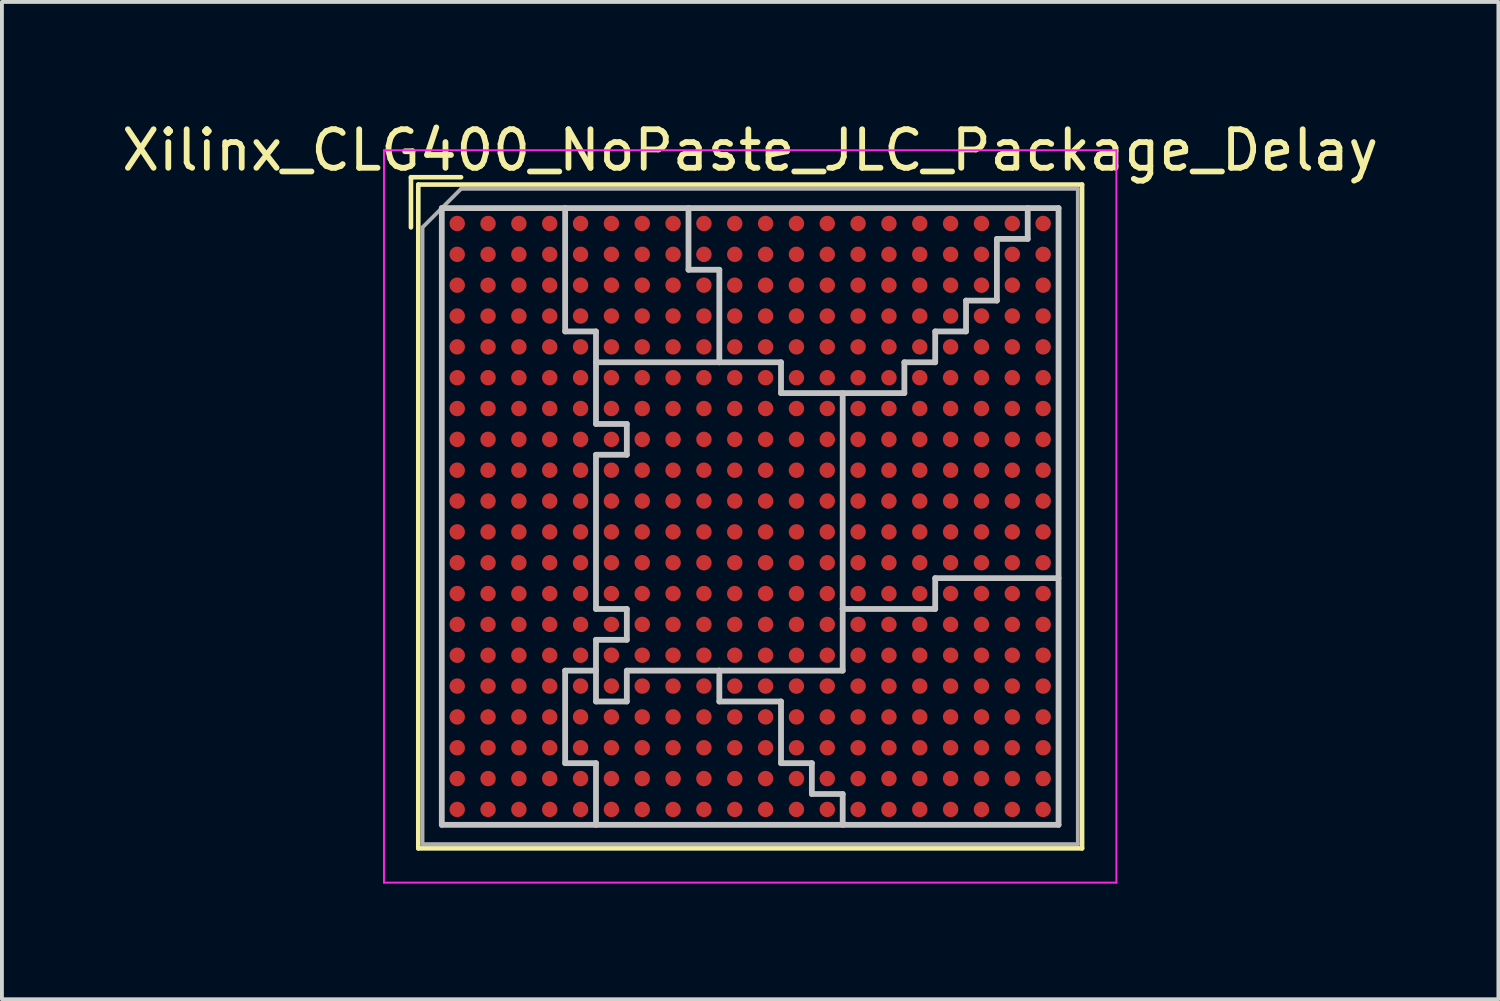
<source format=kicad_pcb>
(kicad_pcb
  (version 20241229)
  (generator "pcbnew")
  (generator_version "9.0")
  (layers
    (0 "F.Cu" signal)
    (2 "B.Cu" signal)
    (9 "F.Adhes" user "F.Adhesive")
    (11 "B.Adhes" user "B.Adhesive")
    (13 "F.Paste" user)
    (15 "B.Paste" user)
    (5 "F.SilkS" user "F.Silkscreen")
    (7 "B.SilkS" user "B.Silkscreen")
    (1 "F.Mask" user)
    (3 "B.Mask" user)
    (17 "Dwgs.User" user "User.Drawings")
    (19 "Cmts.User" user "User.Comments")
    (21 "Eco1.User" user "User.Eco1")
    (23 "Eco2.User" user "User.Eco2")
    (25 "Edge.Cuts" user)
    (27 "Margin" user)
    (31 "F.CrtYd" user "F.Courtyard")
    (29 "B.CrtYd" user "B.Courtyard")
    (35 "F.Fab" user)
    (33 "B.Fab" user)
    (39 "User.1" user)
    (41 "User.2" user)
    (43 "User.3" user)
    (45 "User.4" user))
  (footprint "Xilinx_CLG400_NoPaste_JLC_Package_Delay"
    (layer "F.Cu")
    (at 16.411 10.348)
    (property "Reference" "Xilinx_CLG400_NoPaste_JLC_Package_Delay" (at 0 -9.5 0) (layer "F.SilkS") (effects (font (size 1 1) (thickness 0.15))))
    (attr smd)
    (fp_line (start -8.8 -8.8) (end -8.8 -7.5) (stroke (width 0.12) (type solid)) (layer "F.SilkS"))
    (fp_line (start -8.61 -8.61) (end 8.61 -8.61) (stroke (width 0.12) (type solid)) (layer "F.SilkS"))
    (fp_line (start -8.61 8.61) (end -8.61 -8.61) (stroke (width 0.12) (type solid)) (layer "F.SilkS"))
    (fp_line (start -7.5 -8.8) (end -8.8 -8.8) (stroke (width 0.12) (type solid)) (layer "F.SilkS"))
    (fp_line (start 8.61 -8.61) (end 8.61 8.61) (stroke (width 0.12) (type solid)) (layer "F.SilkS"))
    (fp_line (start 8.61 8.61) (end -8.61 8.61) (stroke (width 0.12) (type solid)) (layer "F.SilkS"))
    (fp_line (start -8 -8) (end -8 8) (stroke (width 0.15) (type solid)) (layer "Dwgs.User"))
    (fp_line (start -8 8) (end 8 8) (stroke (width 0.15) (type solid)) (layer "Dwgs.User"))
    (fp_line (start -4.8 -8) (end -4.8 -4.8) (stroke (width 0.15) (type solid)) (layer "Dwgs.User"))
    (fp_line (start -4.8 -4.8) (end -4 -4.8) (stroke (width 0.15) (type solid)) (layer "Dwgs.User"))
    (fp_line (start -4.8 4) (end -4.8 6.4) (stroke (width 0.15) (type solid)) (layer "Dwgs.User"))
    (fp_line (start -4.8 6.4) (end -4 6.4) (stroke (width 0.15) (type solid)) (layer "Dwgs.User"))
    (fp_line (start -4 -4.8) (end -4 -2.4) (stroke (width 0.15) (type solid)) (layer "Dwgs.User"))
    (fp_line (start -4 -4) (end -0.8 -4) (stroke (width 0.15) (type solid)) (layer "Dwgs.User"))
    (fp_line (start -4 -2.4) (end -3.2 -2.4) (stroke (width 0.15) (type solid)) (layer "Dwgs.User"))
    (fp_line (start -4 -1.6) (end -4 2.4) (stroke (width 0.15) (type solid)) (layer "Dwgs.User"))
    (fp_line (start -4 2.4) (end -3.2 2.4) (stroke (width 0.15) (type solid)) (layer "Dwgs.User"))
    (fp_line (start -4 3.2) (end -4 4) (stroke (width 0.15) (type solid)) (layer "Dwgs.User"))
    (fp_line (start -4 4) (end -4.8 4) (stroke (width 0.15) (type solid)) (layer "Dwgs.User"))
    (fp_line (start -4 4.8) (end -4 4) (stroke (width 0.15) (type solid)) (layer "Dwgs.User"))
    (fp_line (start -4 6.4) (end -4 8) (stroke (width 0.15) (type solid)) (layer "Dwgs.User"))
    (fp_line (start -3.2 -2.4) (end -3.2 -1.6) (stroke (width 0.15) (type solid)) (layer "Dwgs.User"))
    (fp_line (start -3.2 -1.6) (end -4 -1.6) (stroke (width 0.15) (type solid)) (layer "Dwgs.User"))
    (fp_line (start -3.2 2.4) (end -3.2 3.2) (stroke (width 0.15) (type solid)) (layer "Dwgs.User"))
    (fp_line (start -3.2 3.2) (end -4 3.2) (stroke (width 0.15) (type solid)) (layer "Dwgs.User"))
    (fp_line (start -3.2 4) (end -3.2 4.8) (stroke (width 0.15) (type solid)) (layer "Dwgs.User"))
    (fp_line (start -3.2 4.8) (end -4 4.8) (stroke (width 0.15) (type solid)) (layer "Dwgs.User"))
    (fp_line (start -1.6 -6.4) (end -1.6 -8) (stroke (width 0.15) (type solid)) (layer "Dwgs.User"))
    (fp_line (start -0.8 -6.4) (end -1.6 -6.4) (stroke (width 0.15) (type solid)) (layer "Dwgs.User"))
    (fp_line (start -0.8 -4) (end -0.8 -6.4) (stroke (width 0.15) (type solid)) (layer "Dwgs.User"))
    (fp_line (start -0.8 -4) (end 0.8 -4) (stroke (width 0.15) (type solid)) (layer "Dwgs.User"))
    (fp_line (start -0.8 4) (end -3.2 4) (stroke (width 0.15) (type solid)) (layer "Dwgs.User"))
    (fp_line (start -0.8 4) (end -0.8 4.8) (stroke (width 0.15) (type solid)) (layer "Dwgs.User"))
    (fp_line (start -0.8 4.8) (end 0.8 4.8) (stroke (width 0.15) (type solid)) (layer "Dwgs.User"))
    (fp_line (start 0.8 -4) (end 0.8 -3.2) (stroke (width 0.15) (type solid)) (layer "Dwgs.User"))
    (fp_line (start 0.8 -3.2) (end 4 -3.2) (stroke (width 0.15) (type solid)) (layer "Dwgs.User"))
    (fp_line (start 0.8 4.8) (end 0.8 6.4) (stroke (width 0.15) (type solid)) (layer "Dwgs.User"))
    (fp_line (start 0.8 6.4) (end 1.6 6.4) (stroke (width 0.15) (type solid)) (layer "Dwgs.User"))
    (fp_line (start 1.6 6.4) (end 1.6 7.2) (stroke (width 0.15) (type solid)) (layer "Dwgs.User"))
    (fp_line (start 1.6 7.2) (end 2.4 7.2) (stroke (width 0.15) (type solid)) (layer "Dwgs.User"))
    (fp_line (start 2.4 -3.2) (end 2.4 2.4) (stroke (width 0.15) (type solid)) (layer "Dwgs.User"))
    (fp_line (start 2.4 2.4) (end 2.4 4) (stroke (width 0.15) (type solid)) (layer "Dwgs.User"))
    (fp_line (start 2.4 2.4) (end 4.8 2.4) (stroke (width 0.15) (type solid)) (layer "Dwgs.User"))
    (fp_line (start 2.4 4) (end -0.8 4) (stroke (width 0.15) (type solid)) (layer "Dwgs.User"))
    (fp_line (start 2.4 7.2) (end 2.4 8) (stroke (width 0.15) (type solid)) (layer "Dwgs.User"))
    (fp_line (start 4 -4) (end 4.8 -4) (stroke (width 0.15) (type solid)) (layer "Dwgs.User"))
    (fp_line (start 4 -3.2) (end 4 -4) (stroke (width 0.15) (type solid)) (layer "Dwgs.User"))
    (fp_line (start 4.8 -4.8) (end 5.6 -4.8) (stroke (width 0.15) (type solid)) (layer "Dwgs.User"))
    (fp_line (start 4.8 -4) (end 4.8 -4.8) (stroke (width 0.15) (type solid)) (layer "Dwgs.User"))
    (fp_line (start 4.8 1.6) (end 8 1.6) (stroke (width 0.15) (type solid)) (layer "Dwgs.User"))
    (fp_line (start 4.8 2.4) (end 4.8 1.6) (stroke (width 0.15) (type solid)) (layer "Dwgs.User"))
    (fp_line (start 5.6 -5.6) (end 6.4 -5.6) (stroke (width 0.15) (type solid)) (layer "Dwgs.User"))
    (fp_line (start 5.6 -4.8) (end 5.6 -5.6) (stroke (width 0.15) (type solid)) (layer "Dwgs.User"))
    (fp_line (start 6.4 -7.2) (end 7.2 -7.2) (stroke (width 0.15) (type solid)) (layer "Dwgs.User"))
    (fp_line (start 6.4 -5.6) (end 6.4 -7.2) (stroke (width 0.15) (type solid)) (layer "Dwgs.User"))
    (fp_line (start 7.2 -7.2) (end 7.2 -8) (stroke (width 0.15) (type solid)) (layer "Dwgs.User"))
    (fp_line (start 8 -8) (end -8 -8) (stroke (width 0.15) (type solid)) (layer "Dwgs.User"))
    (fp_line (start 8 8) (end 8 -8) (stroke (width 0.15) (type solid)) (layer "Dwgs.User"))
    (fp_line (start -9.5 -9.5) (end -9.5 9.5) (stroke (width 0.05) (type solid)) (layer "F.CrtYd"))
    (fp_line (start -9.5 9.5) (end 9.5 9.5) (stroke (width 0.05) (type solid)) (layer "F.CrtYd"))
    (fp_line (start 9.5 -9.5) (end -9.5 -9.5) (stroke (width 0.05) (type solid)) (layer "F.CrtYd"))
    (fp_line (start 9.5 9.5) (end 9.5 -9.5) (stroke (width 0.05) (type solid)) (layer "F.CrtYd"))
    (fp_line (start -8.5 -7.5) (end -7.5 -8.5) (stroke (width 0.1) (type solid)) (layer "F.Fab"))
    (fp_line (start -8.5 8.5) (end -8.5 -7.5) (stroke (width 0.1) (type solid)) (layer "F.Fab"))
    (fp_line (start -7.5 -8.5) (end 8.5 -8.5) (stroke (width 0.1) (type solid)) (layer "F.Fab"))
    (fp_line (start 8.5 -8.5) (end 8.5 8.5) (stroke (width 0.1) (type solid)) (layer "F.Fab"))
    (fp_line (start 8.5 8.5) (end -8.5 8.5) (stroke (width 0.1) (type solid)) (layer "F.Fab"))
    (pad "A1" smd circle (at -7.6 -7.6) (size 0.4 0.4) (layers "F.Cu" "F.Mask"))
    (pad "A2" smd circle (at -6.8 -7.6) (size 0.4 0.4) (layers "F.Cu" "F.Mask"))
    (pad "A3" smd circle (at -6 -7.6) (size 0.4 0.4) (layers "F.Cu" "F.Mask"))
    (pad "A4" smd circle (at -5.2 -7.6) (size 0.4 0.4) (layers "F.Cu" "F.Mask"))
    (pad "A5" smd circle (at -4.4 -7.6) (size 0.4 0.4) (layers "F.Cu" "F.Mask"))
    (pad "A6" smd circle (at -3.6 -7.6) (size 0.4 0.4) (layers "F.Cu" "F.Mask"))
    (pad "A7" smd circle (at -2.8 -7.6) (size 0.4 0.4) (layers "F.Cu" "F.Mask"))
    (pad "A8" smd circle (at -2 -7.6) (size 0.4 0.4) (layers "F.Cu" "F.Mask"))
    (pad "A9" smd circle (at -1.2 -7.6) (size 0.4 0.4) (layers "F.Cu" "F.Mask"))
    (pad "A10" smd circle (at -0.4 -7.6) (size 0.4 0.4) (layers "F.Cu" "F.Mask"))
    (pad "A11" smd circle (at 0.4 -7.6) (size 0.4 0.4) (layers "F.Cu" "F.Mask"))
    (pad "A12" smd circle (at 1.2 -7.6) (size 0.4 0.4) (layers "F.Cu" "F.Mask"))
    (pad "A13" smd circle (at 2 -7.6) (size 0.4 0.4) (layers "F.Cu" "F.Mask"))
    (pad "A14" smd circle (at 2.8 -7.6) (size 0.4 0.4) (layers "F.Cu" "F.Mask"))
    (pad "A15" smd circle (at 3.6 -7.6) (size 0.4 0.4) (layers "F.Cu" "F.Mask"))
    (pad "A16" smd circle (at 4.4 -7.6) (size 0.4 0.4) (layers "F.Cu" "F.Mask"))
    (pad "A17" smd circle (at 5.2 -7.6) (size 0.4 0.4) (layers "F.Cu" "F.Mask"))
    (pad "A18" smd circle (at 6 -7.6) (size 0.4 0.4) (layers "F.Cu" "F.Mask"))
    (pad "A19" smd circle (at 6.8 -7.6) (size 0.4 0.4) (layers "F.Cu" "F.Mask"))
    (pad "A20" smd circle (at 7.6 -7.6) (size 0.4 0.4) (layers "F.Cu" "F.Mask"))
    (pad "B1" smd circle (at -7.6 -6.8) (size 0.4 0.4) (layers "F.Cu" "F.Mask"))
    (pad "B2" smd circle (at -6.8 -6.8) (size 0.4 0.4) (layers "F.Cu" "F.Mask"))
    (pad "B3" smd circle (at -6 -6.8) (size 0.4 0.4) (layers "F.Cu" "F.Mask"))
    (pad "B4" smd circle (at -5.2 -6.8) (size 0.4 0.4) (layers "F.Cu" "F.Mask"))
    (pad "B5" smd circle (at -4.4 -6.8) (size 0.4 0.4) (layers "F.Cu" "F.Mask"))
    (pad "B6" smd circle (at -3.6 -6.8) (size 0.4 0.4) (layers "F.Cu" "F.Mask"))
    (pad "B7" smd circle (at -2.8 -6.8) (size 0.4 0.4) (layers "F.Cu" "F.Mask"))
    (pad "B8" smd circle (at -2 -6.8) (size 0.4 0.4) (layers "F.Cu" "F.Mask"))
    (pad "B9" smd circle (at -1.2 -6.8) (size 0.4 0.4) (layers "F.Cu" "F.Mask"))
    (pad "B10" smd circle (at -0.4 -6.8) (size 0.4 0.4) (layers "F.Cu" "F.Mask"))
    (pad "B11" smd circle (at 0.4 -6.8) (size 0.4 0.4) (layers "F.Cu" "F.Mask"))
    (pad "B12" smd circle (at 1.2 -6.8) (size 0.4 0.4) (layers "F.Cu" "F.Mask"))
    (pad "B13" smd circle (at 2 -6.8) (size 0.4 0.4) (layers "F.Cu" "F.Mask"))
    (pad "B14" smd circle (at 2.8 -6.8) (size 0.4 0.4) (layers "F.Cu" "F.Mask"))
    (pad "B15" smd circle (at 3.6 -6.8) (size 0.4 0.4) (layers "F.Cu" "F.Mask"))
    (pad "B16" smd circle (at 4.4 -6.8) (size 0.4 0.4) (layers "F.Cu" "F.Mask"))
    (pad "B17" smd circle (at 5.2 -6.8) (size 0.4 0.4) (layers "F.Cu" "F.Mask"))
    (pad "B18" smd circle (at 6 -6.8) (size 0.4 0.4) (layers "F.Cu" "F.Mask"))
    (pad "B19" smd circle (at 6.8 -6.8) (size 0.4 0.4) (layers "F.Cu" "F.Mask"))
    (pad "B20" smd circle (at 7.6 -6.8) (size 0.4 0.4) (layers "F.Cu" "F.Mask"))
    (pad "C1" smd circle (at -7.6 -6) (size 0.4 0.4) (layers "F.Cu" "F.Mask"))
    (pad "C2" smd circle (at -6.8 -6) (size 0.4 0.4) (layers "F.Cu" "F.Mask"))
    (pad "C3" smd circle (at -6 -6) (size 0.4 0.4) (layers "F.Cu" "F.Mask"))
    (pad "C4" smd circle (at -5.2 -6) (size 0.4 0.4) (layers "F.Cu" "F.Mask"))
    (pad "C5" smd circle (at -4.4 -6) (size 0.4 0.4) (layers "F.Cu" "F.Mask"))
    (pad "C6" smd circle (at -3.6 -6) (size 0.4 0.4) (layers "F.Cu" "F.Mask"))
    (pad "C7" smd circle (at -2.8 -6) (size 0.4 0.4) (layers "F.Cu" "F.Mask"))
    (pad "C8" smd circle (at -2 -6) (size 0.4 0.4) (layers "F.Cu" "F.Mask"))
    (pad "C9" smd circle (at -1.2 -6) (size 0.4 0.4) (layers "F.Cu" "F.Mask"))
    (pad "C10" smd circle (at -0.4 -6) (size 0.4 0.4) (layers "F.Cu" "F.Mask"))
    (pad "C11" smd circle (at 0.4 -6) (size 0.4 0.4) (layers "F.Cu" "F.Mask"))
    (pad "C12" smd circle (at 1.2 -6) (size 0.4 0.4) (layers "F.Cu" "F.Mask"))
    (pad "C13" smd circle (at 2 -6) (size 0.4 0.4) (layers "F.Cu" "F.Mask"))
    (pad "C14" smd circle (at 2.8 -6) (size 0.4 0.4) (layers "F.Cu" "F.Mask"))
    (pad "C15" smd circle (at 3.6 -6) (size 0.4 0.4) (layers "F.Cu" "F.Mask"))
    (pad "C16" smd circle (at 4.4 -6) (size 0.4 0.4) (layers "F.Cu" "F.Mask"))
    (pad "C17" smd circle (at 5.2 -6) (size 0.4 0.4) (layers "F.Cu" "F.Mask"))
    (pad "C18" smd circle (at 6 -6) (size 0.4 0.4) (layers "F.Cu" "F.Mask"))
    (pad "C19" smd circle (at 6.8 -6) (size 0.4 0.4) (layers "F.Cu" "F.Mask"))
    (pad "C20" smd circle (at 7.6 -6) (size 0.4 0.4) (layers "F.Cu" "F.Mask"))
    (pad "D1" smd circle (at -7.6 -5.2) (size 0.4 0.4) (layers "F.Cu" "F.Mask"))
    (pad "D2" smd circle (at -6.8 -5.2) (size 0.4 0.4) (layers "F.Cu" "F.Mask"))
    (pad "D3" smd circle (at -6 -5.2) (size 0.4 0.4) (layers "F.Cu" "F.Mask"))
    (pad "D4" smd circle (at -5.2 -5.2) (size 0.4 0.4) (layers "F.Cu" "F.Mask"))
    (pad "D5" smd circle (at -4.4 -5.2) (size 0.4 0.4) (layers "F.Cu" "F.Mask"))
    (pad "D6" smd circle (at -3.6 -5.2) (size 0.4 0.4) (layers "F.Cu" "F.Mask"))
    (pad "D7" smd circle (at -2.8 -5.2) (size 0.4 0.4) (layers "F.Cu" "F.Mask"))
    (pad "D8" smd circle (at -2 -5.2) (size 0.4 0.4) (layers "F.Cu" "F.Mask"))
    (pad "D9" smd circle (at -1.2 -5.2) (size 0.4 0.4) (layers "F.Cu" "F.Mask"))
    (pad "D10" smd circle (at -0.4 -5.2) (size 0.4 0.4) (layers "F.Cu" "F.Mask"))
    (pad "D11" smd circle (at 0.4 -5.2) (size 0.4 0.4) (layers "F.Cu" "F.Mask"))
    (pad "D12" smd circle (at 1.2 -5.2) (size 0.4 0.4) (layers "F.Cu" "F.Mask"))
    (pad "D13" smd circle (at 2 -5.2) (size 0.4 0.4) (layers "F.Cu" "F.Mask"))
    (pad "D14" smd circle (at 2.8 -5.2) (size 0.4 0.4) (layers "F.Cu" "F.Mask"))
    (pad "D15" smd circle (at 3.6 -5.2) (size 0.4 0.4) (layers "F.Cu" "F.Mask"))
    (pad "D16" smd circle (at 4.4 -5.2) (size 0.4 0.4) (layers "F.Cu" "F.Mask"))
    (pad "D17" smd circle (at 5.2 -5.2) (size 0.4 0.4) (layers "F.Cu" "F.Mask"))
    (pad "D18" smd circle (at 6 -5.2) (size 0.4 0.4) (layers "F.Cu" "F.Mask"))
    (pad "D19" smd circle (at 6.8 -5.2) (size 0.4 0.4) (layers "F.Cu" "F.Mask"))
    (pad "D20" smd circle (at 7.6 -5.2) (size 0.4 0.4) (layers "F.Cu" "F.Mask"))
    (pad "E1" smd circle (at -7.6 -4.4) (size 0.4 0.4) (layers "F.Cu" "F.Mask"))
    (pad "E2" smd circle (at -6.8 -4.4) (size 0.4 0.4) (layers "F.Cu" "F.Mask"))
    (pad "E3" smd circle (at -6 -4.4) (size 0.4 0.4) (layers "F.Cu" "F.Mask"))
    (pad "E4" smd circle (at -5.2 -4.4) (size 0.4 0.4) (layers "F.Cu" "F.Mask"))
    (pad "E5" smd circle (at -4.4 -4.4) (size 0.4 0.4) (layers "F.Cu" "F.Mask"))
    (pad "E6" smd circle (at -3.6 -4.4) (size 0.4 0.4) (layers "F.Cu" "F.Mask"))
    (pad "E7" smd circle (at -2.8 -4.4) (size 0.4 0.4) (layers "F.Cu" "F.Mask"))
    (pad "E8" smd circle (at -2 -4.4) (size 0.4 0.4) (layers "F.Cu" "F.Mask"))
    (pad "E9" smd circle (at -1.2 -4.4) (size 0.4 0.4) (layers "F.Cu" "F.Mask"))
    (pad "E10" smd circle (at -0.4 -4.4) (size 0.4 0.4) (layers "F.Cu" "F.Mask"))
    (pad "E11" smd circle (at 0.4 -4.4) (size 0.4 0.4) (layers "F.Cu" "F.Mask"))
    (pad "E12" smd circle (at 1.2 -4.4) (size 0.4 0.4) (layers "F.Cu" "F.Mask"))
    (pad "E13" smd circle (at 2 -4.4) (size 0.4 0.4) (layers "F.Cu" "F.Mask"))
    (pad "E14" smd circle (at 2.8 -4.4) (size 0.4 0.4) (layers "F.Cu" "F.Mask"))
    (pad "E15" smd circle (at 3.6 -4.4) (size 0.4 0.4) (layers "F.Cu" "F.Mask"))
    (pad "E16" smd circle (at 4.4 -4.4) (size 0.4 0.4) (layers "F.Cu" "F.Mask"))
    (pad "E17" smd circle (at 5.2 -4.4) (size 0.4 0.4) (layers "F.Cu" "F.Mask"))
    (pad "E18" smd circle (at 6 -4.4) (size 0.4 0.4) (layers "F.Cu" "F.Mask"))
    (pad "E19" smd circle (at 6.8 -4.4) (size 0.4 0.4) (layers "F.Cu" "F.Mask"))
    (pad "E20" smd circle (at 7.6 -4.4) (size 0.4 0.4) (layers "F.Cu" "F.Mask"))
    (pad "F1" smd circle (at -7.6 -3.6) (size 0.4 0.4) (layers "F.Cu" "F.Mask"))
    (pad "F2" smd circle (at -6.8 -3.6) (size 0.4 0.4) (layers "F.Cu" "F.Mask"))
    (pad "F3" smd circle (at -6 -3.6) (size 0.4 0.4) (layers "F.Cu" "F.Mask"))
    (pad "F4" smd circle (at -5.2 -3.6) (size 0.4 0.4) (layers "F.Cu" "F.Mask"))
    (pad "F5" smd circle (at -4.4 -3.6) (size 0.4 0.4) (layers "F.Cu" "F.Mask"))
    (pad "F6" smd circle (at -3.6 -3.6) (size 0.4 0.4) (layers "F.Cu" "F.Mask"))
    (pad "F7" smd circle (at -2.8 -3.6) (size 0.4 0.4) (layers "F.Cu" "F.Mask"))
    (pad "F8" smd circle (at -2 -3.6) (size 0.4 0.4) (layers "F.Cu" "F.Mask"))
    (pad "F9" smd circle (at -1.2 -3.6) (size 0.4 0.4) (layers "F.Cu" "F.Mask"))
    (pad "F10" smd circle (at -0.4 -3.6) (size 0.4 0.4) (layers "F.Cu" "F.Mask"))
    (pad "F11" smd circle (at 0.4 -3.6) (size 0.4 0.4) (layers "F.Cu" "F.Mask"))
    (pad "F12" smd circle (at 1.2 -3.6) (size 0.4 0.4) (layers "F.Cu" "F.Mask"))
    (pad "F13" smd circle (at 2 -3.6) (size 0.4 0.4) (layers "F.Cu" "F.Mask"))
    (pad "F14" smd circle (at 2.8 -3.6) (size 0.4 0.4) (layers "F.Cu" "F.Mask"))
    (pad "F15" smd circle (at 3.6 -3.6) (size 0.4 0.4) (layers "F.Cu" "F.Mask"))
    (pad "F16" smd circle (at 4.4 -3.6) (size 0.4 0.4) (layers "F.Cu" "F.Mask"))
    (pad "F17" smd circle (at 5.2 -3.6) (size 0.4 0.4) (layers "F.Cu" "F.Mask"))
    (pad "F18" smd circle (at 6 -3.6) (size 0.4 0.4) (layers "F.Cu" "F.Mask"))
    (pad "F19" smd circle (at 6.8 -3.6) (size 0.4 0.4) (layers "F.Cu" "F.Mask"))
    (pad "F20" smd circle (at 7.6 -3.6) (size 0.4 0.4) (layers "F.Cu" "F.Mask"))
    (pad "G1" smd circle (at -7.6 -2.8) (size 0.4 0.4) (layers "F.Cu" "F.Mask"))
    (pad "G2" smd circle (at -6.8 -2.8) (size 0.4 0.4) (layers "F.Cu" "F.Mask"))
    (pad "G3" smd circle (at -6 -2.8) (size 0.4 0.4) (layers "F.Cu" "F.Mask"))
    (pad "G4" smd circle (at -5.2 -2.8) (size 0.4 0.4) (layers "F.Cu" "F.Mask"))
    (pad "G5" smd circle (at -4.4 -2.8) (size 0.4 0.4) (layers "F.Cu" "F.Mask"))
    (pad "G6" smd circle (at -3.6 -2.8) (size 0.4 0.4) (layers "F.Cu" "F.Mask"))
    (pad "G7" smd circle (at -2.8 -2.8) (size 0.4 0.4) (layers "F.Cu" "F.Mask"))
    (pad "G8" smd circle (at -2 -2.8) (size 0.4 0.4) (layers "F.Cu" "F.Mask"))
    (pad "G9" smd circle (at -1.2 -2.8) (size 0.4 0.4) (layers "F.Cu" "F.Mask"))
    (pad "G10" smd circle (at -0.4 -2.8) (size 0.4 0.4) (layers "F.Cu" "F.Mask"))
    (pad "G11" smd circle (at 0.4 -2.8) (size 0.4 0.4) (layers "F.Cu" "F.Mask"))
    (pad "G12" smd circle (at 1.2 -2.8) (size 0.4 0.4) (layers "F.Cu" "F.Mask"))
    (pad "G13" smd circle (at 2 -2.8) (size 0.4 0.4) (layers "F.Cu" "F.Mask"))
    (pad "G14" smd circle (at 2.8 -2.8) (size 0.4 0.4) (layers "F.Cu" "F.Mask"))
    (pad "G15" smd circle (at 3.6 -2.8) (size 0.4 0.4) (layers "F.Cu" "F.Mask"))
    (pad "G16" smd circle (at 4.4 -2.8) (size 0.4 0.4) (layers "F.Cu" "F.Mask"))
    (pad "G17" smd circle (at 5.2 -2.8) (size 0.4 0.4) (layers "F.Cu" "F.Mask"))
    (pad "G18" smd circle (at 6 -2.8) (size 0.4 0.4) (layers "F.Cu" "F.Mask"))
    (pad "G19" smd circle (at 6.8 -2.8) (size 0.4 0.4) (layers "F.Cu" "F.Mask"))
    (pad "G20" smd circle (at 7.6 -2.8) (size 0.4 0.4) (layers "F.Cu" "F.Mask"))
    (pad "H1" smd circle (at -7.6 -2) (size 0.4 0.4) (layers "F.Cu" "F.Mask"))
    (pad "H2" smd circle (at -6.8 -2) (size 0.4 0.4) (layers "F.Cu" "F.Mask"))
    (pad "H3" smd circle (at -6 -2) (size 0.4 0.4) (layers "F.Cu" "F.Mask"))
    (pad "H4" smd circle (at -5.2 -2) (size 0.4 0.4) (layers "F.Cu" "F.Mask"))
    (pad "H5" smd circle (at -4.4 -2) (size 0.4 0.4) (layers "F.Cu" "F.Mask"))
    (pad "H6" smd circle (at -3.6 -2) (size 0.4 0.4) (layers "F.Cu" "F.Mask"))
    (pad "H7" smd circle (at -2.8 -2) (size 0.4 0.4) (layers "F.Cu" "F.Mask"))
    (pad "H8" smd circle (at -2 -2) (size 0.4 0.4) (layers "F.Cu" "F.Mask"))
    (pad "H9" smd circle (at -1.2 -2) (size 0.4 0.4) (layers "F.Cu" "F.Mask"))
    (pad "H10" smd circle (at -0.4 -2) (size 0.4 0.4) (layers "F.Cu" "F.Mask"))
    (pad "H11" smd circle (at 0.4 -2) (size 0.4 0.4) (layers "F.Cu" "F.Mask"))
    (pad "H12" smd circle (at 1.2 -2) (size 0.4 0.4) (layers "F.Cu" "F.Mask"))
    (pad "H13" smd circle (at 2 -2) (size 0.4 0.4) (layers "F.Cu" "F.Mask"))
    (pad "H14" smd circle (at 2.8 -2) (size 0.4 0.4) (layers "F.Cu" "F.Mask"))
    (pad "H15" smd circle (at 3.6 -2) (size 0.4 0.4) (layers "F.Cu" "F.Mask"))
    (pad "H16" smd circle (at 4.4 -2) (size 0.4 0.4) (layers "F.Cu" "F.Mask"))
    (pad "H17" smd circle (at 5.2 -2) (size 0.4 0.4) (layers "F.Cu" "F.Mask"))
    (pad "H18" smd circle (at 6 -2) (size 0.4 0.4) (layers "F.Cu" "F.Mask"))
    (pad "H19" smd circle (at 6.8 -2) (size 0.4 0.4) (layers "F.Cu" "F.Mask"))
    (pad "H20" smd circle (at 7.6 -2) (size 0.4 0.4) (layers "F.Cu" "F.Mask"))
    (pad "J1" smd circle (at -7.6 -1.2) (size 0.4 0.4) (layers "F.Cu" "F.Mask"))
    (pad "J2" smd circle (at -6.8 -1.2) (size 0.4 0.4) (layers "F.Cu" "F.Mask"))
    (pad "J3" smd circle (at -6 -1.2) (size 0.4 0.4) (layers "F.Cu" "F.Mask"))
    (pad "J4" smd circle (at -5.2 -1.2) (size 0.4 0.4) (layers "F.Cu" "F.Mask"))
    (pad "J5" smd circle (at -4.4 -1.2) (size 0.4 0.4) (layers "F.Cu" "F.Mask"))
    (pad "J6" smd circle (at -3.6 -1.2) (size 0.4 0.4) (layers "F.Cu" "F.Mask"))
    (pad "J7" smd circle (at -2.8 -1.2) (size 0.4 0.4) (layers "F.Cu" "F.Mask"))
    (pad "J8" smd circle (at -2 -1.2) (size 0.4 0.4) (layers "F.Cu" "F.Mask"))
    (pad "J9" smd circle (at -1.2 -1.2) (size 0.4 0.4) (layers "F.Cu" "F.Mask"))
    (pad "J10" smd circle (at -0.4 -1.2) (size 0.4 0.4) (layers "F.Cu" "F.Mask"))
    (pad "J11" smd circle (at 0.4 -1.2) (size 0.4 0.4) (layers "F.Cu" "F.Mask"))
    (pad "J12" smd circle (at 1.2 -1.2) (size 0.4 0.4) (layers "F.Cu" "F.Mask"))
    (pad "J13" smd circle (at 2 -1.2) (size 0.4 0.4) (layers "F.Cu" "F.Mask"))
    (pad "J14" smd circle (at 2.8 -1.2) (size 0.4 0.4) (layers "F.Cu" "F.Mask"))
    (pad "J15" smd circle (at 3.6 -1.2) (size 0.4 0.4) (layers "F.Cu" "F.Mask"))
    (pad "J16" smd circle (at 4.4 -1.2) (size 0.4 0.4) (layers "F.Cu" "F.Mask"))
    (pad "J17" smd circle (at 5.2 -1.2) (size 0.4 0.4) (layers "F.Cu" "F.Mask"))
    (pad "J18" smd circle (at 6 -1.2) (size 0.4 0.4) (layers "F.Cu" "F.Mask"))
    (pad "J19" smd circle (at 6.8 -1.2) (size 0.4 0.4) (layers "F.Cu" "F.Mask"))
    (pad "J20" smd circle (at 7.6 -1.2) (size 0.4 0.4) (layers "F.Cu" "F.Mask"))
    (pad "K1" smd circle (at -7.6 -0.4) (size 0.4 0.4) (layers "F.Cu" "F.Mask"))
    (pad "K2" smd circle (at -6.8 -0.4) (size 0.4 0.4) (layers "F.Cu" "F.Mask"))
    (pad "K3" smd circle (at -6 -0.4) (size 0.4 0.4) (layers "F.Cu" "F.Mask"))
    (pad "K4" smd circle (at -5.2 -0.4) (size 0.4 0.4) (layers "F.Cu" "F.Mask"))
    (pad "K5" smd circle (at -4.4 -0.4) (size 0.4 0.4) (layers "F.Cu" "F.Mask"))
    (pad "K6" smd circle (at -3.6 -0.4) (size 0.4 0.4) (layers "F.Cu" "F.Mask"))
    (pad "K7" smd circle (at -2.8 -0.4) (size 0.4 0.4) (layers "F.Cu" "F.Mask"))
    (pad "K8" smd circle (at -2 -0.4) (size 0.4 0.4) (layers "F.Cu" "F.Mask"))
    (pad "K9" smd circle (at -1.2 -0.4) (size 0.4 0.4) (layers "F.Cu" "F.Mask"))
    (pad "K10" smd circle (at -0.4 -0.4) (size 0.4 0.4) (layers "F.Cu" "F.Mask"))
    (pad "K11" smd circle (at 0.4 -0.4) (size 0.4 0.4) (layers "F.Cu" "F.Mask"))
    (pad "K12" smd circle (at 1.2 -0.4) (size 0.4 0.4) (layers "F.Cu" "F.Mask"))
    (pad "K13" smd circle (at 2 -0.4) (size 0.4 0.4) (layers "F.Cu" "F.Mask"))
    (pad "K14" smd circle (at 2.8 -0.4) (size 0.4 0.4) (layers "F.Cu" "F.Mask"))
    (pad "K15" smd circle (at 3.6 -0.4) (size 0.4 0.4) (layers "F.Cu" "F.Mask"))
    (pad "K16" smd circle (at 4.4 -0.4) (size 0.4 0.4) (layers "F.Cu" "F.Mask"))
    (pad "K17" smd circle (at 5.2 -0.4) (size 0.4 0.4) (layers "F.Cu" "F.Mask"))
    (pad "K18" smd circle (at 6 -0.4) (size 0.4 0.4) (layers "F.Cu" "F.Mask"))
    (pad "K19" smd circle (at 6.8 -0.4) (size 0.4 0.4) (layers "F.Cu" "F.Mask"))
    (pad "K20" smd circle (at 7.6 -0.4) (size 0.4 0.4) (layers "F.Cu" "F.Mask"))
    (pad "L1" smd circle (at -7.6 0.4) (size 0.4 0.4) (layers "F.Cu" "F.Mask"))
    (pad "L2" smd circle (at -6.8 0.4) (size 0.4 0.4) (layers "F.Cu" "F.Mask"))
    (pad "L3" smd circle (at -6 0.4) (size 0.4 0.4) (layers "F.Cu" "F.Mask"))
    (pad "L4" smd circle (at -5.2 0.4) (size 0.4 0.4) (layers "F.Cu" "F.Mask"))
    (pad "L5" smd circle (at -4.4 0.4) (size 0.4 0.4) (layers "F.Cu" "F.Mask"))
    (pad "L6" smd circle (at -3.6 0.4) (size 0.4 0.4) (layers "F.Cu" "F.Mask"))
    (pad "L7" smd circle (at -2.8 0.4) (size 0.4 0.4) (layers "F.Cu" "F.Mask"))
    (pad "L8" smd circle (at -2 0.4) (size 0.4 0.4) (layers "F.Cu" "F.Mask"))
    (pad "L9" smd circle (at -1.2 0.4) (size 0.4 0.4) (layers "F.Cu" "F.Mask"))
    (pad "L10" smd circle (at -0.4 0.4) (size 0.4 0.4) (layers "F.Cu" "F.Mask"))
    (pad "L11" smd circle (at 0.4 0.4) (size 0.4 0.4) (layers "F.Cu" "F.Mask"))
    (pad "L12" smd circle (at 1.2 0.4) (size 0.4 0.4) (layers "F.Cu" "F.Mask"))
    (pad "L13" smd circle (at 2 0.4) (size 0.4 0.4) (layers "F.Cu" "F.Mask"))
    (pad "L14" smd circle (at 2.8 0.4) (size 0.4 0.4) (layers "F.Cu" "F.Mask"))
    (pad "L15" smd circle (at 3.6 0.4) (size 0.4 0.4) (layers "F.Cu" "F.Mask"))
    (pad "L16" smd circle (at 4.4 0.4) (size 0.4 0.4) (layers "F.Cu" "F.Mask"))
    (pad "L17" smd circle (at 5.2 0.4) (size 0.4 0.4) (layers "F.Cu" "F.Mask"))
    (pad "L18" smd circle (at 6 0.4) (size 0.4 0.4) (layers "F.Cu" "F.Mask"))
    (pad "L19" smd circle (at 6.8 0.4) (size 0.4 0.4) (layers "F.Cu" "F.Mask"))
    (pad "L20" smd circle (at 7.6 0.4) (size 0.4 0.4) (layers "F.Cu" "F.Mask"))
    (pad "M1" smd circle (at -7.6 1.2) (size 0.4 0.4) (layers "F.Cu" "F.Mask"))
    (pad "M2" smd circle (at -6.8 1.2) (size 0.4 0.4) (layers "F.Cu" "F.Mask"))
    (pad "M3" smd circle (at -6 1.2) (size 0.4 0.4) (layers "F.Cu" "F.Mask"))
    (pad "M4" smd circle (at -5.2 1.2) (size 0.4 0.4) (layers "F.Cu" "F.Mask"))
    (pad "M5" smd circle (at -4.4 1.2) (size 0.4 0.4) (layers "F.Cu" "F.Mask"))
    (pad "M6" smd circle (at -3.6 1.2) (size 0.4 0.4) (layers "F.Cu" "F.Mask"))
    (pad "M7" smd circle (at -2.8 1.2) (size 0.4 0.4) (layers "F.Cu" "F.Mask"))
    (pad "M8" smd circle (at -2 1.2) (size 0.4 0.4) (layers "F.Cu" "F.Mask"))
    (pad "M9" smd circle (at -1.2 1.2) (size 0.4 0.4) (layers "F.Cu" "F.Mask"))
    (pad "M10" smd circle (at -0.4 1.2) (size 0.4 0.4) (layers "F.Cu" "F.Mask"))
    (pad "M11" smd circle (at 0.4 1.2) (size 0.4 0.4) (layers "F.Cu" "F.Mask"))
    (pad "M12" smd circle (at 1.2 1.2) (size 0.4 0.4) (layers "F.Cu" "F.Mask"))
    (pad "M13" smd circle (at 2 1.2) (size 0.4 0.4) (layers "F.Cu" "F.Mask"))
    (pad "M14" smd circle (at 2.8 1.2) (size 0.4 0.4) (layers "F.Cu" "F.Mask"))
    (pad "M15" smd circle (at 3.6 1.2) (size 0.4 0.4) (layers "F.Cu" "F.Mask"))
    (pad "M16" smd circle (at 4.4 1.2) (size 0.4 0.4) (layers "F.Cu" "F.Mask"))
    (pad "M17" smd circle (at 5.2 1.2) (size 0.4 0.4) (layers "F.Cu" "F.Mask"))
    (pad "M18" smd circle (at 6 1.2) (size 0.4 0.4) (layers "F.Cu" "F.Mask"))
    (pad "M19" smd circle (at 6.8 1.2) (size 0.4 0.4) (layers "F.Cu" "F.Mask"))
    (pad "M20" smd circle (at 7.6 1.2) (size 0.4 0.4) (layers "F.Cu" "F.Mask"))
    (pad "N1" smd circle (at -7.6 2) (size 0.4 0.4) (layers "F.Cu" "F.Mask"))
    (pad "N2" smd circle (at -6.8 2) (size 0.4 0.4) (layers "F.Cu" "F.Mask"))
    (pad "N3" smd circle (at -6 2) (size 0.4 0.4) (layers "F.Cu" "F.Mask"))
    (pad "N4" smd circle (at -5.2 2) (size 0.4 0.4) (layers "F.Cu" "F.Mask"))
    (pad "N5" smd circle (at -4.4 2) (size 0.4 0.4) (layers "F.Cu" "F.Mask"))
    (pad "N6" smd circle (at -3.6 2) (size 0.4 0.4) (layers "F.Cu" "F.Mask"))
    (pad "N7" smd circle (at -2.8 2) (size 0.4 0.4) (layers "F.Cu" "F.Mask"))
    (pad "N8" smd circle (at -2 2) (size 0.4 0.4) (layers "F.Cu" "F.Mask"))
    (pad "N9" smd circle (at -1.2 2) (size 0.4 0.4) (layers "F.Cu" "F.Mask"))
    (pad "N10" smd circle (at -0.4 2) (size 0.4 0.4) (layers "F.Cu" "F.Mask"))
    (pad "N11" smd circle (at 0.4 2) (size 0.4 0.4) (layers "F.Cu" "F.Mask"))
    (pad "N12" smd circle (at 1.2 2) (size 0.4 0.4) (layers "F.Cu" "F.Mask"))
    (pad "N13" smd circle (at 2 2) (size 0.4 0.4) (layers "F.Cu" "F.Mask"))
    (pad "N14" smd circle (at 2.8 2) (size 0.4 0.4) (layers "F.Cu" "F.Mask"))
    (pad "N15" smd circle (at 3.6 2) (size 0.4 0.4) (layers "F.Cu" "F.Mask"))
    (pad "N16" smd circle (at 4.4 2) (size 0.4 0.4) (layers "F.Cu" "F.Mask"))
    (pad "N17" smd circle (at 5.2 2) (size 0.4 0.4) (layers "F.Cu" "F.Mask"))
    (pad "N18" smd circle (at 6 2) (size 0.4 0.4) (layers "F.Cu" "F.Mask"))
    (pad "N19" smd circle (at 6.8 2) (size 0.4 0.4) (layers "F.Cu" "F.Mask"))
    (pad "N20" smd circle (at 7.6 2) (size 0.4 0.4) (layers "F.Cu" "F.Mask"))
    (pad "P1" smd circle (at -7.6 2.8) (size 0.4 0.4) (layers "F.Cu" "F.Mask"))
    (pad "P2" smd circle (at -6.8 2.8) (size 0.4 0.4) (layers "F.Cu" "F.Mask"))
    (pad "P3" smd circle (at -6 2.8) (size 0.4 0.4) (layers "F.Cu" "F.Mask"))
    (pad "P4" smd circle (at -5.2 2.8) (size 0.4 0.4) (layers "F.Cu" "F.Mask"))
    (pad "P5" smd circle (at -4.4 2.8) (size 0.4 0.4) (layers "F.Cu" "F.Mask"))
    (pad "P6" smd circle (at -3.6 2.8) (size 0.4 0.4) (layers "F.Cu" "F.Mask"))
    (pad "P7" smd circle (at -2.8 2.8) (size 0.4 0.4) (layers "F.Cu" "F.Mask"))
    (pad "P8" smd circle (at -2 2.8) (size 0.4 0.4) (layers "F.Cu" "F.Mask"))
    (pad "P9" smd circle (at -1.2 2.8) (size 0.4 0.4) (layers "F.Cu" "F.Mask"))
    (pad "P10" smd circle (at -0.4 2.8) (size 0.4 0.4) (layers "F.Cu" "F.Mask"))
    (pad "P11" smd circle (at 0.4 2.8) (size 0.4 0.4) (layers "F.Cu" "F.Mask"))
    (pad "P12" smd circle (at 1.2 2.8) (size 0.4 0.4) (layers "F.Cu" "F.Mask"))
    (pad "P13" smd circle (at 2 2.8) (size 0.4 0.4) (layers "F.Cu" "F.Mask"))
    (pad "P14" smd circle (at 2.8 2.8) (size 0.4 0.4) (layers "F.Cu" "F.Mask"))
    (pad "P15" smd circle (at 3.6 2.8) (size 0.4 0.4) (layers "F.Cu" "F.Mask"))
    (pad "P16" smd circle (at 4.4 2.8) (size 0.4 0.4) (layers "F.Cu" "F.Mask"))
    (pad "P17" smd circle (at 5.2 2.8) (size 0.4 0.4) (layers "F.Cu" "F.Mask"))
    (pad "P18" smd circle (at 6 2.8) (size 0.4 0.4) (layers "F.Cu" "F.Mask"))
    (pad "P19" smd circle (at 6.8 2.8) (size 0.4 0.4) (layers "F.Cu" "F.Mask"))
    (pad "P20" smd circle (at 7.6 2.8) (size 0.4 0.4) (layers "F.Cu" "F.Mask"))
    (pad "R1" smd circle (at -7.6 3.6) (size 0.4 0.4) (layers "F.Cu" "F.Mask"))
    (pad "R2" smd circle (at -6.8 3.6) (size 0.4 0.4) (layers "F.Cu" "F.Mask"))
    (pad "R3" smd circle (at -6 3.6) (size 0.4 0.4) (layers "F.Cu" "F.Mask"))
    (pad "R4" smd circle (at -5.2 3.6) (size 0.4 0.4) (layers "F.Cu" "F.Mask"))
    (pad "R5" smd circle (at -4.4 3.6) (size 0.4 0.4) (layers "F.Cu" "F.Mask"))
    (pad "R6" smd circle (at -3.6 3.6) (size 0.4 0.4) (layers "F.Cu" "F.Mask"))
    (pad "R7" smd circle (at -2.8 3.6) (size 0.4 0.4) (layers "F.Cu" "F.Mask"))
    (pad "R8" smd circle (at -2 3.6) (size 0.4 0.4) (layers "F.Cu" "F.Mask"))
    (pad "R9" smd circle (at -1.2 3.6) (size 0.4 0.4) (layers "F.Cu" "F.Mask"))
    (pad "R10" smd circle (at -0.4 3.6) (size 0.4 0.4) (layers "F.Cu" "F.Mask"))
    (pad "R11" smd circle (at 0.4 3.6) (size 0.4 0.4) (layers "F.Cu" "F.Mask"))
    (pad "R12" smd circle (at 1.2 3.6) (size 0.4 0.4) (layers "F.Cu" "F.Mask"))
    (pad "R13" smd circle (at 2 3.6) (size 0.4 0.4) (layers "F.Cu" "F.Mask"))
    (pad "R14" smd circle (at 2.8 3.6) (size 0.4 0.4) (layers "F.Cu" "F.Mask"))
    (pad "R15" smd circle (at 3.6 3.6) (size 0.4 0.4) (layers "F.Cu" "F.Mask"))
    (pad "R16" smd circle (at 4.4 3.6) (size 0.4 0.4) (layers "F.Cu" "F.Mask"))
    (pad "R17" smd circle (at 5.2 3.6) (size 0.4 0.4) (layers "F.Cu" "F.Mask"))
    (pad "R18" smd circle (at 6 3.6) (size 0.4 0.4) (layers "F.Cu" "F.Mask"))
    (pad "R19" smd circle (at 6.8 3.6) (size 0.4 0.4) (layers "F.Cu" "F.Mask"))
    (pad "R20" smd circle (at 7.6 3.6) (size 0.4 0.4) (layers "F.Cu" "F.Mask"))
    (pad "T1" smd circle (at -7.6 4.4) (size 0.4 0.4) (layers "F.Cu" "F.Mask"))
    (pad "T2" smd circle (at -6.8 4.4) (size 0.4 0.4) (layers "F.Cu" "F.Mask"))
    (pad "T3" smd circle (at -6 4.4) (size 0.4 0.4) (layers "F.Cu" "F.Mask"))
    (pad "T4" smd circle (at -5.2 4.4) (size 0.4 0.4) (layers "F.Cu" "F.Mask"))
    (pad "T5" smd circle (at -4.4 4.4) (size 0.4 0.4) (layers "F.Cu" "F.Mask"))
    (pad "T6" smd circle (at -3.6 4.4) (size 0.4 0.4) (layers "F.Cu" "F.Mask"))
    (pad "T7" smd circle (at -2.8 4.4) (size 0.4 0.4) (layers "F.Cu" "F.Mask"))
    (pad "T8" smd circle (at -2 4.4) (size 0.4 0.4) (layers "F.Cu" "F.Mask"))
    (pad "T9" smd circle (at -1.2 4.4) (size 0.4 0.4) (layers "F.Cu" "F.Mask"))
    (pad "T10" smd circle (at -0.4 4.4) (size 0.4 0.4) (layers "F.Cu" "F.Mask"))
    (pad "T11" smd circle (at 0.4 4.4) (size 0.4 0.4) (layers "F.Cu" "F.Mask"))
    (pad "T12" smd circle (at 1.2 4.4) (size 0.4 0.4) (layers "F.Cu" "F.Mask"))
    (pad "T13" smd circle (at 2 4.4) (size 0.4 0.4) (layers "F.Cu" "F.Mask"))
    (pad "T14" smd circle (at 2.8 4.4) (size 0.4 0.4) (layers "F.Cu" "F.Mask"))
    (pad "T15" smd circle (at 3.6 4.4) (size 0.4 0.4) (layers "F.Cu" "F.Mask"))
    (pad "T16" smd circle (at 4.4 4.4) (size 0.4 0.4) (layers "F.Cu" "F.Mask"))
    (pad "T17" smd circle (at 5.2 4.4) (size 0.4 0.4) (layers "F.Cu" "F.Mask"))
    (pad "T18" smd circle (at 6 4.4) (size 0.4 0.4) (layers "F.Cu" "F.Mask"))
    (pad "T19" smd circle (at 6.8 4.4) (size 0.4 0.4) (layers "F.Cu" "F.Mask"))
    (pad "T20" smd circle (at 7.6 4.4) (size 0.4 0.4) (layers "F.Cu" "F.Mask"))
    (pad "U1" smd circle (at -7.6 5.2) (size 0.4 0.4) (layers "F.Cu" "F.Mask"))
    (pad "U2" smd circle (at -6.8 5.2) (size 0.4 0.4) (layers "F.Cu" "F.Mask"))
    (pad "U3" smd circle (at -6 5.2) (size 0.4 0.4) (layers "F.Cu" "F.Mask"))
    (pad "U4" smd circle (at -5.2 5.2) (size 0.4 0.4) (layers "F.Cu" "F.Mask"))
    (pad "U5" smd circle (at -4.4 5.2) (size 0.4 0.4) (layers "F.Cu" "F.Mask"))
    (pad "U6" smd circle (at -3.6 5.2) (size 0.4 0.4) (layers "F.Cu" "F.Mask"))
    (pad "U7" smd circle (at -2.8 5.2) (size 0.4 0.4) (layers "F.Cu" "F.Mask"))
    (pad "U8" smd circle (at -2 5.2) (size 0.4 0.4) (layers "F.Cu" "F.Mask"))
    (pad "U9" smd circle (at -1.2 5.2) (size 0.4 0.4) (layers "F.Cu" "F.Mask"))
    (pad "U10" smd circle (at -0.4 5.2) (size 0.4 0.4) (layers "F.Cu" "F.Mask"))
    (pad "U11" smd circle (at 0.4 5.2) (size 0.4 0.4) (layers "F.Cu" "F.Mask"))
    (pad "U12" smd circle (at 1.2 5.2) (size 0.4 0.4) (layers "F.Cu" "F.Mask"))
    (pad "U13" smd circle (at 2 5.2) (size 0.4 0.4) (layers "F.Cu" "F.Mask"))
    (pad "U14" smd circle (at 2.8 5.2) (size 0.4 0.4) (layers "F.Cu" "F.Mask"))
    (pad "U15" smd circle (at 3.6 5.2) (size 0.4 0.4) (layers "F.Cu" "F.Mask"))
    (pad "U16" smd circle (at 4.4 5.2) (size 0.4 0.4) (layers "F.Cu" "F.Mask"))
    (pad "U17" smd circle (at 5.2 5.2) (size 0.4 0.4) (layers "F.Cu" "F.Mask"))
    (pad "U18" smd circle (at 6 5.2) (size 0.4 0.4) (layers "F.Cu" "F.Mask"))
    (pad "U19" smd circle (at 6.8 5.2) (size 0.4 0.4) (layers "F.Cu" "F.Mask"))
    (pad "U20" smd circle (at 7.6 5.2) (size 0.4 0.4) (layers "F.Cu" "F.Mask"))
    (pad "V1" smd circle (at -7.6 6) (size 0.4 0.4) (layers "F.Cu" "F.Mask"))
    (pad "V2" smd circle (at -6.8 6) (size 0.4 0.4) (layers "F.Cu" "F.Mask"))
    (pad "V3" smd circle (at -6 6) (size 0.4 0.4) (layers "F.Cu" "F.Mask"))
    (pad "V4" smd circle (at -5.2 6) (size 0.4 0.4) (layers "F.Cu" "F.Mask"))
    (pad "V5" smd circle (at -4.4 6) (size 0.4 0.4) (layers "F.Cu" "F.Mask"))
    (pad "V6" smd circle (at -3.6 6) (size 0.4 0.4) (layers "F.Cu" "F.Mask"))
    (pad "V7" smd circle (at -2.8 6) (size 0.4 0.4) (layers "F.Cu" "F.Mask"))
    (pad "V8" smd circle (at -2 6) (size 0.4 0.4) (layers "F.Cu" "F.Mask"))
    (pad "V9" smd circle (at -1.2 6) (size 0.4 0.4) (layers "F.Cu" "F.Mask"))
    (pad "V10" smd circle (at -0.4 6) (size 0.4 0.4) (layers "F.Cu" "F.Mask"))
    (pad "V11" smd circle (at 0.4 6) (size 0.4 0.4) (layers "F.Cu" "F.Mask"))
    (pad "V12" smd circle (at 1.2 6) (size 0.4 0.4) (layers "F.Cu" "F.Mask"))
    (pad "V13" smd circle (at 2 6) (size 0.4 0.4) (layers "F.Cu" "F.Mask"))
    (pad "V14" smd circle (at 2.8 6) (size 0.4 0.4) (layers "F.Cu" "F.Mask"))
    (pad "V15" smd circle (at 3.6 6) (size 0.4 0.4) (layers "F.Cu" "F.Mask"))
    (pad "V16" smd circle (at 4.4 6) (size 0.4 0.4) (layers "F.Cu" "F.Mask"))
    (pad "V17" smd circle (at 5.2 6) (size 0.4 0.4) (layers "F.Cu" "F.Mask"))
    (pad "V18" smd circle (at 6 6) (size 0.4 0.4) (layers "F.Cu" "F.Mask"))
    (pad "V19" smd circle (at 6.8 6) (size 0.4 0.4) (layers "F.Cu" "F.Mask"))
    (pad "V20" smd circle (at 7.6 6) (size 0.4 0.4) (layers "F.Cu" "F.Mask"))
    (pad "W1" smd circle (at -7.6 6.8) (size 0.4 0.4) (layers "F.Cu" "F.Mask"))
    (pad "W2" smd circle (at -6.8 6.8) (size 0.4 0.4) (layers "F.Cu" "F.Mask"))
    (pad "W3" smd circle (at -6 6.8) (size 0.4 0.4) (layers "F.Cu" "F.Mask"))
    (pad "W4" smd circle (at -5.2 6.8) (size 0.4 0.4) (layers "F.Cu" "F.Mask"))
    (pad "W5" smd circle (at -4.4 6.8) (size 0.4 0.4) (layers "F.Cu" "F.Mask"))
    (pad "W6" smd circle (at -3.6 6.8) (size 0.4 0.4) (layers "F.Cu" "F.Mask"))
    (pad "W7" smd circle (at -2.8 6.8) (size 0.4 0.4) (layers "F.Cu" "F.Mask"))
    (pad "W8" smd circle (at -2 6.8) (size 0.4 0.4) (layers "F.Cu" "F.Mask"))
    (pad "W9" smd circle (at -1.2 6.8) (size 0.4 0.4) (layers "F.Cu" "F.Mask"))
    (pad "W10" smd circle (at -0.4 6.8) (size 0.4 0.4) (layers "F.Cu" "F.Mask"))
    (pad "W11" smd circle (at 0.4 6.8) (size 0.4 0.4) (layers "F.Cu" "F.Mask"))
    (pad "W12" smd circle (at 1.2 6.8) (size 0.4 0.4) (layers "F.Cu" "F.Mask"))
    (pad "W13" smd circle (at 2 6.8) (size 0.4 0.4) (layers "F.Cu" "F.Mask"))
    (pad "W14" smd circle (at 2.8 6.8) (size 0.4 0.4) (layers "F.Cu" "F.Mask"))
    (pad "W15" smd circle (at 3.6 6.8) (size 0.4 0.4) (layers "F.Cu" "F.Mask"))
    (pad "W16" smd circle (at 4.4 6.8) (size 0.4 0.4) (layers "F.Cu" "F.Mask"))
    (pad "W17" smd circle (at 5.2 6.8) (size 0.4 0.4) (layers "F.Cu" "F.Mask"))
    (pad "W18" smd circle (at 6 6.8) (size 0.4 0.4) (layers "F.Cu" "F.Mask"))
    (pad "W19" smd circle (at 6.8 6.8) (size 0.4 0.4) (layers "F.Cu" "F.Mask"))
    (pad "W20" smd circle (at 7.6 6.8) (size 0.4 0.4) (layers "F.Cu" "F.Mask"))
    (pad "Y1" smd circle (at -7.6 7.6) (size 0.4 0.4) (layers "F.Cu" "F.Mask"))
    (pad "Y2" smd circle (at -6.8 7.6) (size 0.4 0.4) (layers "F.Cu" "F.Mask"))
    (pad "Y3" smd circle (at -6 7.6) (size 0.4 0.4) (layers "F.Cu" "F.Mask"))
    (pad "Y4" smd circle (at -5.2 7.6) (size 0.4 0.4) (layers "F.Cu" "F.Mask"))
    (pad "Y5" smd circle (at -4.4 7.6) (size 0.4 0.4) (layers "F.Cu" "F.Mask"))
    (pad "Y6" smd circle (at -3.6 7.6) (size 0.4 0.4) (layers "F.Cu" "F.Mask"))
    (pad "Y7" smd circle (at -2.8 7.6) (size 0.4 0.4) (layers "F.Cu" "F.Mask"))
    (pad "Y8" smd circle (at -2 7.6) (size 0.4 0.4) (layers "F.Cu" "F.Mask"))
    (pad "Y9" smd circle (at -1.2 7.6) (size 0.4 0.4) (layers "F.Cu" "F.Mask"))
    (pad "Y10" smd circle (at -0.4 7.6) (size 0.4 0.4) (layers "F.Cu" "F.Mask"))
    (pad "Y11" smd circle (at 0.4 7.6) (size 0.4 0.4) (layers "F.Cu" "F.Mask"))
    (pad "Y12" smd circle (at 1.2 7.6) (size 0.4 0.4) (layers "F.Cu" "F.Mask"))
    (pad "Y13" smd circle (at 2 7.6) (size 0.4 0.4) (layers "F.Cu" "F.Mask"))
    (pad "Y14" smd circle (at 2.8 7.6) (size 0.4 0.4) (layers "F.Cu" "F.Mask"))
    (pad "Y15" smd circle (at 3.6 7.6) (size 0.4 0.4) (layers "F.Cu" "F.Mask"))
    (pad "Y16" smd circle (at 4.4 7.6) (size 0.4 0.4) (layers "F.Cu" "F.Mask"))
    (pad "Y17" smd circle (at 5.2 7.6) (size 0.4 0.4) (layers "F.Cu" "F.Mask"))
    (pad "Y18" smd circle (at 6 7.6) (size 0.4 0.4) (layers "F.Cu" "F.Mask"))
    (pad "Y19" smd circle (at 6.8 7.6) (size 0.4 0.4) (layers "F.Cu" "F.Mask"))
    (pad "Y20" smd circle (at 7.6 7.6) (size 0.4 0.4) (layers "F.Cu" "F.Mask")))
  (gr_rect
    (start -3 -3)
    (end 35.821 22.873)
    (stroke (width 0.1) (type default))
    (fill no)
    (layer "Edge.Cuts")))
</source>
